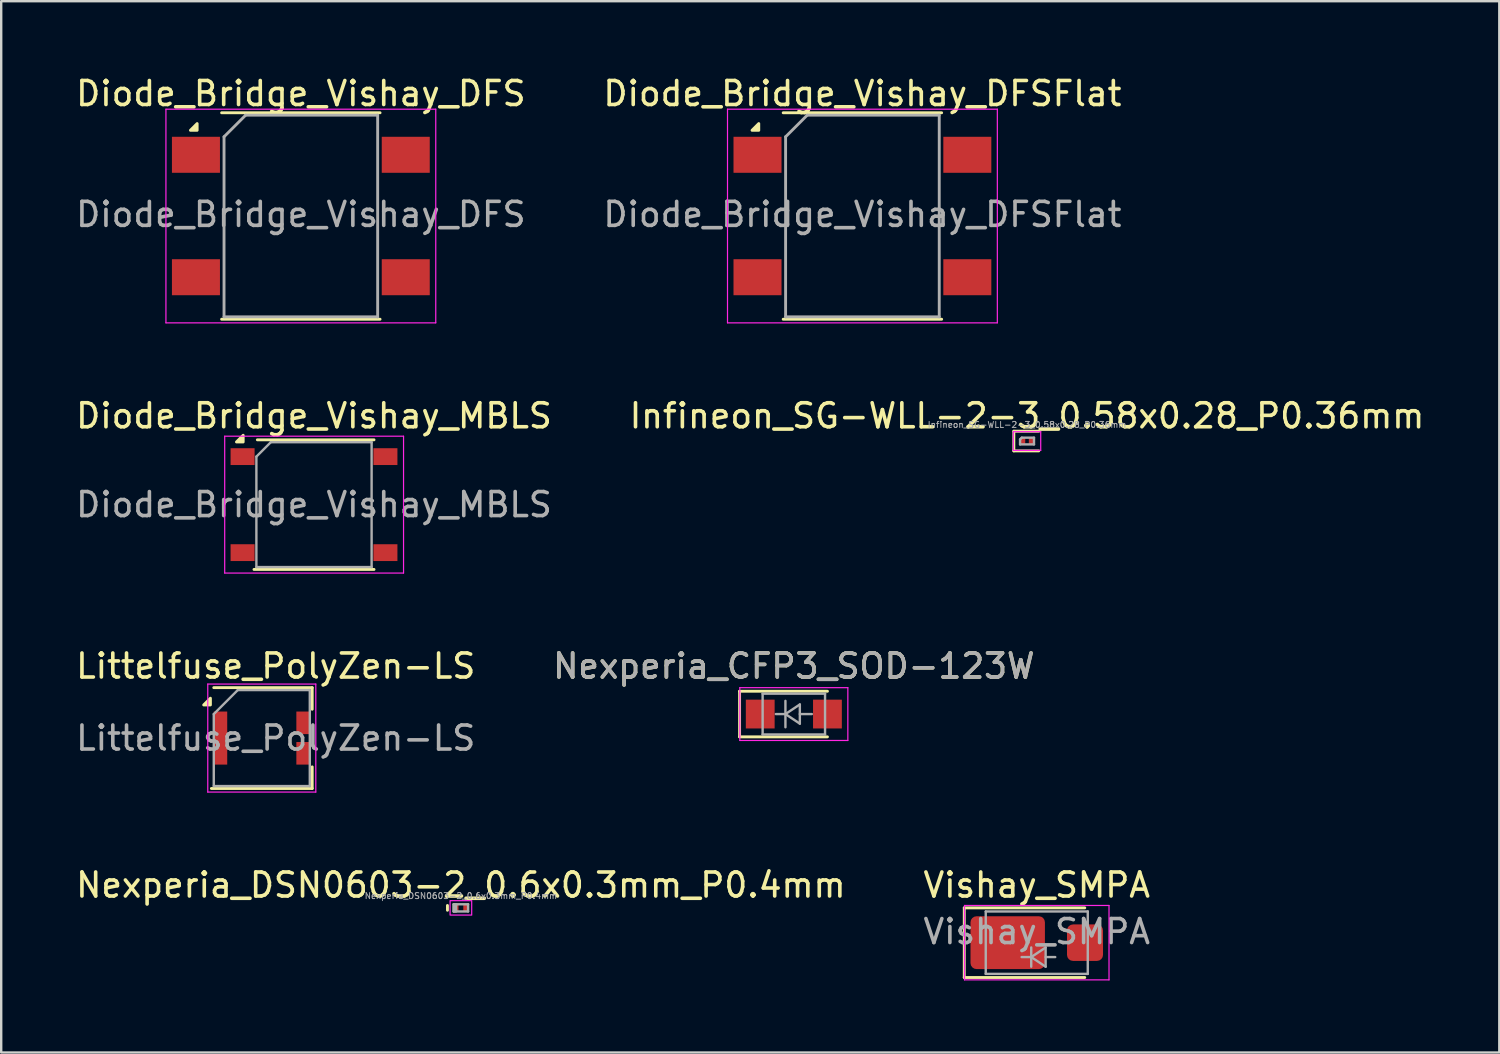
<source format=kicad_pcb>
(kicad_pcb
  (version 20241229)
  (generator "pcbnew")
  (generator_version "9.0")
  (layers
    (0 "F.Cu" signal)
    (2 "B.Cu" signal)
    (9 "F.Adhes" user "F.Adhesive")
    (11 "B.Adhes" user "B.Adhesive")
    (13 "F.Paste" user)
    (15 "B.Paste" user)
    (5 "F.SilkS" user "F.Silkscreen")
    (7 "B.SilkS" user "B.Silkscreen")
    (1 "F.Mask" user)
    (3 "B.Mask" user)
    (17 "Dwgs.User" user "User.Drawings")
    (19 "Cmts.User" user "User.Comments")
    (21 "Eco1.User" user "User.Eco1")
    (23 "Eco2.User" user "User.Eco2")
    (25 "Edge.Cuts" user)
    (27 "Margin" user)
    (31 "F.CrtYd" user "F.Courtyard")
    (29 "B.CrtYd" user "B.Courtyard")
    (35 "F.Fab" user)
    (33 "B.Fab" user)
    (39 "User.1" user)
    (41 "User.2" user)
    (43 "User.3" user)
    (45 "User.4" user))
  (footprint "Vishay_SMPA"
    (layer "F.Cu")
    (at 40.137 36.218)
    (property "Reference" "Vishay_SMPA" (at 0 -2.4 0) (layer "F.SilkS") (effects (font (size 1 1) (thickness 0.15))))
    (attr smd)
    (fp_line (start -3.02 -1.45) (end -3.02 1.45) (stroke (width 0.12) (type solid)) (layer "F.SilkS"))
    (fp_line (start -3.02 -1.45) (end 2 -1.45) (stroke (width 0.12) (type solid)) (layer "F.SilkS"))
    (fp_line (start -3.02 1.45) (end 2 1.45) (stroke (width 0.12) (type solid)) (layer "F.SilkS"))
    (fp_line (start -3.01 -1.55) (end 3.01 -1.55) (stroke (width 0.05) (type solid)) (layer "F.CrtYd"))
    (fp_line (start -3.01 1.55) (end -3.01 -1.55) (stroke (width 0.05) (type solid)) (layer "F.CrtYd"))
    (fp_line (start 3.01 -1.55) (end 3.01 1.55) (stroke (width 0.05) (type solid)) (layer "F.CrtYd"))
    (fp_line (start 3.01 1.55) (end -3.01 1.55) (stroke (width 0.05) (type solid)) (layer "F.CrtYd"))
    (fp_line (start -2.125 1.3) (end -2.125 -1.3) (stroke (width 0.1) (type solid)) (layer "F.Fab"))
    (fp_line (start -0.23 0.2) (end -0.23 1) (stroke (width 0.1) (type solid)) (layer "F.Fab"))
    (fp_line (start -0.23 0.6) (end -0.63 0.6) (stroke (width 0.1) (type solid)) (layer "F.Fab"))
    (fp_line (start -0.23 0.6) (end 0.37 0.2) (stroke (width 0.1) (type solid)) (layer "F.Fab"))
    (fp_line (start -0.23 0.6) (end 0.37 1) (stroke (width 0.1) (type solid)) (layer "F.Fab"))
    (fp_line (start 0.37 0.6) (end 0.77 0.6) (stroke (width 0.1) (type solid)) (layer "F.Fab"))
    (fp_line (start 0.37 1) (end 0.37 0.2) (stroke (width 0.1) (type solid)) (layer "F.Fab"))
    (fp_line (start 2.125 -1.3) (end -2.125 -1.3) (stroke (width 0.1) (type solid)) (layer "F.Fab"))
    (fp_line (start 2.125 -1.3) (end 2.125 1.3) (stroke (width 0.1) (type solid)) (layer "F.Fab"))
    (fp_line (start 2.125 1.3) (end -2.125 1.3) (stroke (width 0.1) (type solid)) (layer "F.Fab"))
    (fp_text user "${REFERENCE}" (at 0 -0.46 0) (layer "F.Fab") (effects (font (size 1 1) (thickness 0.15))))
    (pad "1" smd roundrect (at -1.21 0) (size 3.1 2.2) (layers "F.Cu" "F.Mask" "F.Paste") (roundrect_rratio 0.114))
    (pad "2" smd roundrect (at 2.01 0) (size 1.5 1.52) (layers "F.Cu" "F.Mask" "F.Paste") (roundrect_rratio 0.167)))
  (footprint "Nexperia_DSN0603-2_0.6x0.3mm_P0.4mm"
    (layer "F.Cu")
    (at 16.149 34.768)
    (property "Reference" "Nexperia_DSN0603-2_0.6x0.3mm_P0.4mm" (at 0 -0.95 0) (layer "F.SilkS") (effects (font (size 1 1) (thickness 0.15))))
    (attr smd)
    (fp_line (start -0.56 0.1) (end -0.56 -0.1) (stroke (width 0.12) (type solid)) (layer "F.SilkS"))
    (fp_circle (center -0.208 0) (end -0.208 -0.128) (stroke (width 0) (type solid)) (fill yes) (layer "F.Paste"))
    (fp_circle (center 0.208 0) (end 0.208 -0.128) (stroke (width 0) (type solid)) (fill yes) (layer "F.Paste"))
    (fp_rect (start -0.45 0.3) (end 0.45 -0.3) (stroke (width 0.05) (type solid)) (fill no) (layer "F.CrtYd"))
    (fp_line (start -0.3 -0.15) (end 0.3 -0.15) (stroke (width 0.1) (type solid)) (layer "F.Fab"))
    (fp_line (start -0.3 0.15) (end -0.3 -0.15) (stroke (width 0.1) (type solid)) (layer "F.Fab"))
    (fp_line (start 0.3 -0.15) (end 0.3 0.15) (stroke (width 0.1) (type solid)) (layer "F.Fab"))
    (fp_line (start 0.3 0.15) (end -0.3 0.15) (stroke (width 0.1) (type solid)) (layer "F.Fab"))
    (fp_rect (start -0.3 -0.15) (end -0.2 0.15) (stroke (width 0.1) (type solid)) (fill no) (layer "F.Fab"))
    (fp_text user "${REFERENCE}" (at 0 -0.5 180) (layer "F.Fab") (effects (font (size 0.25 0.25) (thickness 0.04))))
    (pad "1" smd rect (at -0.2 0 90) (size 0.28 0.2) (layers "F.Cu" "F.Mask"))
    (pad "2" smd rect (at 0.2 0 90) (size 0.28 0.2) (layers "F.Cu" "F.Mask")))
  (footprint "Infineon_SG-WLL-2-3_0.58x0.28_P0.36mm"
    (layer "F.Cu")
    (at 39.732 15.322)
    (property "Reference" "Infineon_SG-WLL-2-3_0.58x0.28_P0.36mm" (at 0 -1.05 0) (layer "F.SilkS") (effects (font (size 1 1) (thickness 0.15))))
    (attr smd)
    (fp_line (start -0.55 0.41) (end -0.55 -0.41) (stroke (width 0.12) (type default)) (layer "F.SilkS"))
    (fp_line (start 0.49 -0.41) (end -0.55 -0.41) (stroke (width 0.12) (type default)) (layer "F.SilkS"))
    (fp_line (start 0.49 0.41) (end -0.55 0.41) (stroke (width 0.12) (type default)) (layer "F.SilkS"))
    (fp_line (start -0.57 -0.39) (end -0.57 0.39) (stroke (width 0.05) (type solid)) (layer "F.CrtYd"))
    (fp_line (start -0.57 0.39) (end 0.57 0.39) (stroke (width 0.05) (type solid)) (layer "F.CrtYd"))
    (fp_line (start 0.57 -0.39) (end -0.57 -0.39) (stroke (width 0.05) (type solid)) (layer "F.CrtYd"))
    (fp_line (start 0.57 0.39) (end 0.57 -0.39) (stroke (width 0.05) (type solid)) (layer "F.CrtYd"))
    (fp_line (start -0.29 -0.07) (end -0.22 -0.14) (stroke (width 0.1) (type solid)) (layer "F.Fab"))
    (fp_line (start -0.29 0.14) (end -0.29 -0.07) (stroke (width 0.1) (type solid)) (layer "F.Fab"))
    (fp_line (start -0.22 -0.14) (end 0.29 -0.14) (stroke (width 0.1) (type solid)) (layer "F.Fab"))
    (fp_line (start 0.29 -0.14) (end 0.29 0.14) (stroke (width 0.1) (type solid)) (layer "F.Fab"))
    (fp_line (start 0.29 0.14) (end -0.29 0.14) (stroke (width 0.1) (type solid)) (layer "F.Fab"))
    (fp_text user "${REFERENCE}" (at 0 -0.68 0) (layer "F.Fab") (effects (font (size 0.25 0.25) (thickness 0.04))))
    (pad "" smd roundrect (at -0.185 0) (size 0.21 0.29) (layers "F.Paste") (roundrect_rratio 0.476))
    (pad "" smd roundrect (at 0.185 0) (size 0.21 0.29) (layers "F.Paste") (roundrect_rratio 0.476))
    (pad "1" smd roundrect (at -0.185 0) (size 0.22 0.3) (layers "F.Cu" "F.Mask") (roundrect_rratio 0.25))
    (pad "2" smd roundrect (at 0.185 0) (size 0.22 0.3) (layers "F.Cu" "F.Mask") (roundrect_rratio 0.25)))
  (footprint "Nexperia_CFP3_SOD-123W"
    (layer "F.Cu")
    (at 30.018 26.695)
    (property "Reference" "Nexperia_CFP3_SOD-123W" (at 0 -2 0) (layer "F.SilkS") (effects (font (size 1 1) (thickness 0.15))))
    (attr smd)
    (fp_line (start -2.26 -0.95) (end -2.26 0.95) (stroke (width 0.12) (type solid)) (layer "F.SilkS"))
    (fp_line (start -2.26 -0.95) (end 1.4 -0.95) (stroke (width 0.12) (type solid)) (layer "F.SilkS"))
    (fp_line (start -2.26 0.95) (end 1.4 0.95) (stroke (width 0.12) (type solid)) (layer "F.SilkS"))
    (fp_line (start -2.25 -1.1) (end -2.25 1.1) (stroke (width 0.05) (type solid)) (layer "F.CrtYd"))
    (fp_line (start -2.25 -1.1) (end 2.25 -1.1) (stroke (width 0.05) (type solid)) (layer "F.CrtYd"))
    (fp_line (start 2.25 -1.1) (end 2.25 1.1) (stroke (width 0.05) (type solid)) (layer "F.CrtYd"))
    (fp_line (start 2.25 1.1) (end -2.25 1.1) (stroke (width 0.05) (type solid)) (layer "F.CrtYd"))
    (fp_line (start -1.3 -0.85) (end 1.3 -0.85) (stroke (width 0.1) (type solid)) (layer "F.Fab"))
    (fp_line (start -1.3 0.85) (end -1.3 -0.85) (stroke (width 0.1) (type solid)) (layer "F.Fab"))
    (fp_line (start -0.75 0) (end -0.35 0) (stroke (width 0.1) (type solid)) (layer "F.Fab"))
    (fp_line (start -0.35 -0.55) (end -0.35 0.55) (stroke (width 0.1) (type solid)) (layer "F.Fab"))
    (fp_line (start -0.35 0) (end 0.25 -0.4) (stroke (width 0.1) (type solid)) (layer "F.Fab"))
    (fp_line (start -0.35 0) (end 0.25 0.4) (stroke (width 0.1) (type solid)) (layer "F.Fab"))
    (fp_line (start 0.25 -0.4) (end 0.25 0.4) (stroke (width 0.1) (type solid)) (layer "F.Fab"))
    (fp_line (start 0.75 0) (end 0.25 0) (stroke (width 0.1) (type solid)) (layer "F.Fab"))
    (fp_line (start 1.3 -0.85) (end 1.3 0.85) (stroke (width 0.1) (type solid)) (layer "F.Fab"))
    (fp_line (start 1.3 0.85) (end -1.3 0.85) (stroke (width 0.1) (type solid)) (layer "F.Fab"))
    (fp_text user "${REFERENCE}" (at 0 -2 0) (layer "F.Fab") (effects (font (size 1 1) (thickness 0.15))))
    (pad "1" smd rect (at -1.4 0) (size 1.2 1.2) (layers "F.Cu" "F.Mask" "F.Paste"))
    (pad "2" smd rect (at 1.4 0) (size 1.2 1.2) (layers "F.Cu" "F.Mask" "F.Paste")))
  (footprint "Littelfuse_PolyZen-LS"
    (layer "F.Cu")
    (at 7.855 27.695)
    (property "Reference" "Littelfuse_PolyZen-LS" (at 0.58 -3 0) (layer "F.SilkS") (effects (font (size 1 1) (thickness 0.15))))
    (attr smd)
    (fp_line (start 2.1 -2.1) (end -2 -2.1) (stroke (width 0.12) (type solid)) (layer "F.SilkS"))
    (fp_line (start 2.1 -2.1) (end 2.1 -1.2) (stroke (width 0.12) (type solid)) (layer "F.SilkS"))
    (fp_line (start 2.1 2.1) (end -2.1 2.1) (stroke (width 0.12) (type solid)) (layer "F.SilkS"))
    (fp_line (start 2.1 2.1) (end 2.1 1.2) (stroke (width 0.12) (type solid)) (layer "F.SilkS"))
    (fp_poly (pts (xy -2.14 -1.38) (xy -2.42 -1.38) (xy -2.14 -1.66) (xy -2.14 -1.38)) (stroke (width 0.12) (type solid)) (fill yes) (layer "F.SilkS"))
    (fp_line (start -2.25 -2.25) (end 2.25 -2.25) (stroke (width 0.05) (type solid)) (layer "F.CrtYd"))
    (fp_line (start -2.25 2.25) (end -2.25 -2.25) (stroke (width 0.05) (type solid)) (layer "F.CrtYd"))
    (fp_line (start 2.25 -2.25) (end 2.25 2.25) (stroke (width 0.05) (type solid)) (layer "F.CrtYd"))
    (fp_line (start 2.25 2.25) (end -2.25 2.25) (stroke (width 0.05) (type solid)) (layer "F.CrtYd"))
    (fp_line (start -2 2) (end -2 -1) (stroke (width 0.1) (type solid)) (layer "F.Fab"))
    (fp_line (start -1 -2) (end -2 -1) (stroke (width 0.1) (type solid)) (layer "F.Fab"))
    (fp_line (start 2 -2) (end -1 -2) (stroke (width 0.1) (type solid)) (layer "F.Fab"))
    (fp_line (start 2 -2) (end 2 2) (stroke (width 0.1) (type solid)) (layer "F.Fab"))
    (fp_line (start 2 2) (end -2 2) (stroke (width 0.1) (type solid)) (layer "F.Fab"))
    (fp_text user "${REFERENCE}" (at 0.58 0 0) (layer "F.Fab") (effects (font (size 1 1) (thickness 0.15))))
    (pad "1" smd rect (at -1.72 0) (size 0.56 2.21) (layers "F.Cu" "F.Mask" "F.Paste"))
    (pad "2" smd rect (at 1.72 -0.635) (size 0.56 0.94) (layers "F.Cu" "F.Mask" "F.Paste"))
    (pad "3" smd rect (at 1.72 0.635) (size 0.56 0.94) (layers "F.Cu" "F.Mask" "F.Paste")))
  (footprint "Diode_Bridge_Vishay_MBLS"
    (layer "F.Cu")
    (at 10.03 17.971)
    (property "Reference" "Diode_Bridge_Vishay_MBLS" (at 0 -3.7 0) (layer "F.SilkS") (effects (font (size 1 1) (thickness 0.15))))
    (attr smd)
    (fp_line (start 2.5 -2.7) (end -2.36 -2.7) (stroke (width 0.12) (type solid)) (layer "F.SilkS"))
    (fp_line (start 2.5 2.7) (end -2.5 2.7) (stroke (width 0.12) (type solid)) (layer "F.SilkS"))
    (fp_poly (pts (xy -2.95 -2.61) (xy -3.23 -2.61) (xy -2.95 -2.89) (xy -2.95 -2.61)) (stroke (width 0.12) (type solid)) (fill yes) (layer "F.SilkS"))
    (fp_line (start -3.72 -2.85) (end -3.72 2.85) (stroke (width 0.05) (type solid)) (layer "F.CrtYd"))
    (fp_line (start -3.72 -2.85) (end 3.73 -2.85) (stroke (width 0.05) (type solid)) (layer "F.CrtYd"))
    (fp_line (start 3.73 2.85) (end -3.72 2.85) (stroke (width 0.05) (type solid)) (layer "F.CrtYd"))
    (fp_line (start 3.73 2.85) (end 3.73 -2.85) (stroke (width 0.05) (type solid)) (layer "F.CrtYd"))
    (fp_line (start -2.4 -2) (end -2.4 2.6) (stroke (width 0.1) (type solid)) (layer "F.Fab"))
    (fp_line (start -2.4 2.6) (end 2.4 2.6) (stroke (width 0.1) (type solid)) (layer "F.Fab"))
    (fp_line (start -1.8 -2.6) (end -2.4 -2) (stroke (width 0.1) (type solid)) (layer "F.Fab"))
    (fp_line (start 2.4 -2.6) (end -1.8 -2.6) (stroke (width 0.1) (type solid)) (layer "F.Fab"))
    (fp_line (start 2.4 2.6) (end 2.4 -2.6) (stroke (width 0.1) (type solid)) (layer "F.Fab"))
    (fp_text user "${REFERENCE}" (at 0 0 0) (layer "F.Fab") (effects (font (size 1 1) (thickness 0.15))))
    (pad "1" smd rect (at -2.975 -2) (size 1 0.7) (layers "F.Cu" "F.Mask" "F.Paste"))
    (pad "2" smd rect (at 2.975 -2) (size 1 0.7) (layers "F.Cu" "F.Mask" "F.Paste"))
    (pad "3" smd rect (at 2.975 2) (size 1 0.7) (layers "F.Cu" "F.Mask" "F.Paste"))
    (pad "4" smd rect (at -2.975 2) (size 1 0.7) (layers "F.Cu" "F.Mask" "F.Paste")))
  (footprint "Diode_Bridge_Vishay_DFS"
    (layer "F.Cu")
    (at 9.482 5.948)
    (property "Reference" "Diode_Bridge_Vishay_DFS" (at 0 -5.1 0) (layer "F.SilkS") (effects (font (size 1 1) (thickness 0.15))))
    (attr smd)
    (fp_line (start -3.3 -4.3) (end 3.3 -4.3) (stroke (width 0.12) (type solid)) (layer "F.SilkS"))
    (fp_line (start -3.3 4.3) (end 3.3 4.3) (stroke (width 0.12) (type solid)) (layer "F.SilkS"))
    (fp_poly (pts (xy -4.32 -3.57) (xy -4.6 -3.57) (xy -4.32 -3.85) (xy -4.32 -3.57)) (stroke (width 0.12) (type solid)) (fill yes) (layer "F.SilkS"))
    (fp_line (start -5.62 -4.45) (end -5.62 4.45) (stroke (width 0.05) (type solid)) (layer "F.CrtYd"))
    (fp_line (start -5.62 -4.45) (end 5.62 -4.45) (stroke (width 0.05) (type solid)) (layer "F.CrtYd"))
    (fp_line (start 5.62 4.45) (end -5.62 4.45) (stroke (width 0.05) (type solid)) (layer "F.CrtYd"))
    (fp_line (start 5.62 4.45) (end 5.62 -4.45) (stroke (width 0.05) (type solid)) (layer "F.CrtYd"))
    (fp_line (start -3.2 -3.3) (end -2.3 -4.2) (stroke (width 0.12) (type solid)) (layer "F.Fab"))
    (fp_line (start -3.2 4.2) (end -3.2 -3.3) (stroke (width 0.12) (type solid)) (layer "F.Fab"))
    (fp_line (start -2.3 -4.2) (end 3.2 -4.2) (stroke (width 0.12) (type solid)) (layer "F.Fab"))
    (fp_line (start 3.2 -4.2) (end 3.2 4.2) (stroke (width 0.12) (type solid)) (layer "F.Fab"))
    (fp_line (start 3.2 4.2) (end -3.2 4.2) (stroke (width 0.12) (type solid)) (layer "F.Fab"))
    (fp_text user "${REFERENCE}" (at 0 -0.065 0) (layer "F.Fab") (effects (font (size 1 1) (thickness 0.15))))
    (pad "1" smd rect (at -4.37 -2.55) (size 2 1.5) (layers "F.Cu" "F.Mask" "F.Paste"))
    (pad "2" smd rect (at -4.37 2.55) (size 2 1.5) (layers "F.Cu" "F.Mask" "F.Paste"))
    (pad "3" smd rect (at 4.37 2.55) (size 2 1.5) (layers "F.Cu" "F.Mask" "F.Paste"))
    (pad "4" smd rect (at 4.37 -2.55) (size 2 1.5) (layers "F.Cu" "F.Mask" "F.Paste")))
  (footprint "Diode_Bridge_Vishay_DFSFlat"
    (layer "F.Cu")
    (at 32.875 5.948)
    (property "Reference" "Diode_Bridge_Vishay_DFSFlat" (at 0 -5.1 0) (layer "F.SilkS") (effects (font (size 1 1) (thickness 0.15))))
    (attr smd)
    (fp_line (start -3.3 -4.3) (end 3.3 -4.3) (stroke (width 0.12) (type solid)) (layer "F.SilkS"))
    (fp_line (start -3.3 4.3) (end 3.3 4.3) (stroke (width 0.12) (type solid)) (layer "F.SilkS"))
    (fp_poly (pts (xy -4.318 -3.57) (xy -4.598 -3.57) (xy -4.318 -3.85) (xy -4.318 -3.57)) (stroke (width 0.12) (type solid)) (fill yes) (layer "F.SilkS"))
    (fp_line (start -5.62 -4.45) (end -5.62 4.45) (stroke (width 0.05) (type solid)) (layer "F.CrtYd"))
    (fp_line (start -5.62 -4.45) (end 5.62 -4.45) (stroke (width 0.05) (type solid)) (layer "F.CrtYd"))
    (fp_line (start 5.62 4.45) (end -5.62 4.45) (stroke (width 0.05) (type solid)) (layer "F.CrtYd"))
    (fp_line (start 5.62 4.45) (end 5.62 -4.45) (stroke (width 0.05) (type solid)) (layer "F.CrtYd"))
    (fp_line (start -3.2 -3.3) (end -2.3 -4.2) (stroke (width 0.12) (type solid)) (layer "F.Fab"))
    (fp_line (start -3.2 4.2) (end -3.2 -3.3) (stroke (width 0.12) (type solid)) (layer "F.Fab"))
    (fp_line (start -2.3 -4.2) (end 3.2 -4.2) (stroke (width 0.12) (type solid)) (layer "F.Fab"))
    (fp_line (start 3.2 -4.2) (end 3.2 4.2) (stroke (width 0.12) (type solid)) (layer "F.Fab"))
    (fp_line (start 3.2 4.2) (end -3.2 4.2) (stroke (width 0.12) (type solid)) (layer "F.Fab"))
    (fp_text user "${REFERENCE}" (at 0 -0.065 0) (layer "F.Fab") (effects (font (size 1 1) (thickness 0.15))))
    (pad "1" smd rect (at -4.37 -2.55) (size 2 1.5) (layers "F.Cu" "F.Mask" "F.Paste"))
    (pad "2" smd rect (at -4.37 2.55) (size 2 1.5) (layers "F.Cu" "F.Mask" "F.Paste"))
    (pad "3" smd rect (at 4.37 2.55) (size 2 1.5) (layers "F.Cu" "F.Mask" "F.Paste"))
    (pad "4" smd rect (at 4.37 -2.55) (size 2 1.5) (layers "F.Cu" "F.Mask" "F.Paste")))
  (gr_rect
    (start -3 -3)
    (end 59.405 40.793)
    (stroke (width 0.1) (type default))
    (fill no)
    (layer "Edge.Cuts")))
</source>
